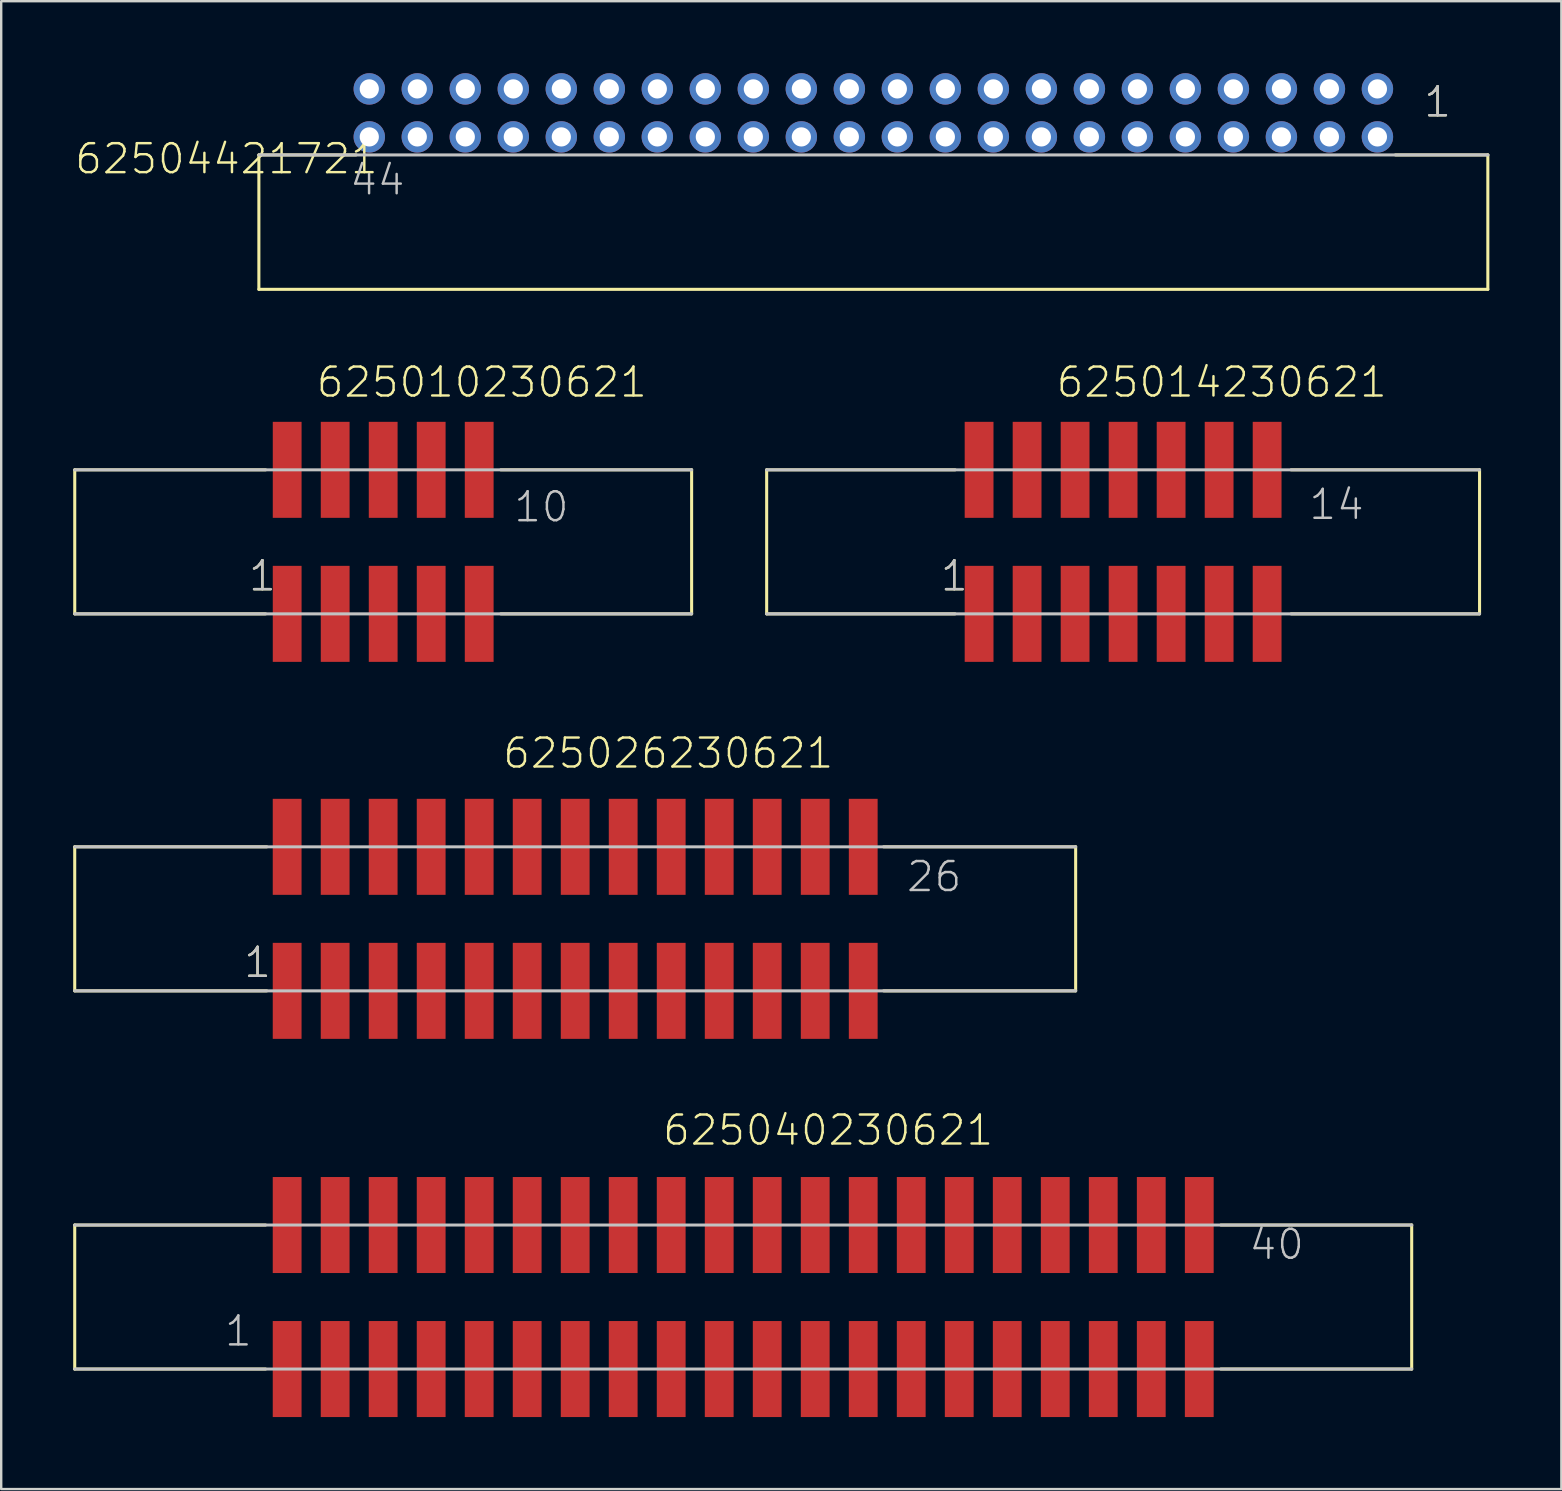
<source format=kicad_pcb>
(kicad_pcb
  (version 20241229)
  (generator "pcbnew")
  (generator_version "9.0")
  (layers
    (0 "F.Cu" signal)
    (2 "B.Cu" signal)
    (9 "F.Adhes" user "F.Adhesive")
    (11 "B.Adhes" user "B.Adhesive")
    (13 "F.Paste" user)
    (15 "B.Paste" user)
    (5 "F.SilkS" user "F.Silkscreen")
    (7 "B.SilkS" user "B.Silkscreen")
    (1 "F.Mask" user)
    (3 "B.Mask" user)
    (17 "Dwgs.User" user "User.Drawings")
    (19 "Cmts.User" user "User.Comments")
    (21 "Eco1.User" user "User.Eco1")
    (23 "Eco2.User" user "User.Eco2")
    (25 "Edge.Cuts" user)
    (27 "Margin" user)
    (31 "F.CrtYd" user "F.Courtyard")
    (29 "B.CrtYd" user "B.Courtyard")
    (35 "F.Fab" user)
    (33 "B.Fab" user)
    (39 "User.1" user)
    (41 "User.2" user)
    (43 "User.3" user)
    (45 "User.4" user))
  (footprint "62504421721"
    (layer "F.Cu")
    (at 33.335 1.654)
    (property "Reference" "62504421721" (at -33.335 2.62 0) (layer "F.SilkS") (effects (font (size 1.206 1.206) (thickness 0.102)) (justify left bottom)))
    (attr through_hole)
    (fp_line (start -25.6 1.75) (end -25.6 7.35) (stroke (width 0.127) (type solid)) (layer "F.SilkS"))
    (fp_line (start -25.6 7.35) (end 25.6 7.35) (stroke (width 0.127) (type solid)) (layer "F.SilkS"))
    (fp_line (start -21.55 1.75) (end -25.6 1.75) (stroke (width 0.127) (type solid)) (layer "F.SilkS"))
    (fp_line (start 21.75 1.75) (end 25.6 1.75) (stroke (width 0.127) (type solid)) (layer "F.SilkS"))
    (fp_line (start 25.6 7.35) (end 25.6 1.75) (stroke (width 0.127) (type solid)) (layer "F.SilkS"))
    (fp_line (start 25.6 1.75) (end -25.6 1.75) (stroke (width 0.127) (type solid)) (layer "Dwgs.User"))
    (fp_text user "1" (at 22.865 0.25 0) (layer "F.SilkS") (effects (font (size 1.206 1.206) (thickness 0.102)) (justify left bottom)))
    (fp_text user "1" (at 22.865 0.25 0) (layer "Dwgs.User") (effects (font (size 1.206 1.206) (thickness 0.102)) (justify left bottom)))
    (fp_text user "44" (at -21.88 3.5 0) (layer "Dwgs.User") (effects (font (size 1.206 1.206) (thickness 0.102)) (justify left bottom)))
    (pad "1" thru_hole circle (at 21 -1 180) (size 1.308 1.308) (drill 0.8) (layers "*.Cu" "*.Mask"))
    (pad "2" thru_hole circle (at 21 1 180) (size 1.308 1.308) (drill 0.8) (layers "*.Cu" "*.Mask"))
    (pad "3" thru_hole circle (at 19 -1 180) (size 1.308 1.308) (drill 0.8) (layers "*.Cu" "*.Mask"))
    (pad "4" thru_hole circle (at 19 1 180) (size 1.308 1.308) (drill 0.8) (layers "*.Cu" "*.Mask"))
    (pad "5" thru_hole circle (at 17 -1 180) (size 1.308 1.308) (drill 0.8) (layers "*.Cu" "*.Mask"))
    (pad "6" thru_hole circle (at 17 1 180) (size 1.308 1.308) (drill 0.8) (layers "*.Cu" "*.Mask"))
    (pad "7" thru_hole circle (at 15 -1 180) (size 1.308 1.308) (drill 0.8) (layers "*.Cu" "*.Mask"))
    (pad "8" thru_hole circle (at 15 1 180) (size 1.308 1.308) (drill 0.8) (layers "*.Cu" "*.Mask"))
    (pad "9" thru_hole circle (at 13 -1 180) (size 1.308 1.308) (drill 0.8) (layers "*.Cu" "*.Mask"))
    (pad "10" thru_hole circle (at 13 1 180) (size 1.308 1.308) (drill 0.8) (layers "*.Cu" "*.Mask"))
    (pad "11" thru_hole circle (at 11 -1 180) (size 1.308 1.308) (drill 0.8) (layers "*.Cu" "*.Mask"))
    (pad "12" thru_hole circle (at 11 1 180) (size 1.308 1.308) (drill 0.8) (layers "*.Cu" "*.Mask"))
    (pad "13" thru_hole circle (at 9 -1 180) (size 1.308 1.308) (drill 0.8) (layers "*.Cu" "*.Mask"))
    (pad "14" thru_hole circle (at 9 1 180) (size 1.308 1.308) (drill 0.8) (layers "*.Cu" "*.Mask"))
    (pad "15" thru_hole circle (at 7 -1 180) (size 1.308 1.308) (drill 0.8) (layers "*.Cu" "*.Mask"))
    (pad "16" thru_hole circle (at 7 1 180) (size 1.308 1.308) (drill 0.8) (layers "*.Cu" "*.Mask"))
    (pad "17" thru_hole circle (at 5 -1 180) (size 1.308 1.308) (drill 0.8) (layers "*.Cu" "*.Mask"))
    (pad "18" thru_hole circle (at 5 1 180) (size 1.308 1.308) (drill 0.8) (layers "*.Cu" "*.Mask"))
    (pad "19" thru_hole circle (at 3 -1 180) (size 1.308 1.308) (drill 0.8) (layers "*.Cu" "*.Mask"))
    (pad "20" thru_hole circle (at 3 1 180) (size 1.308 1.308) (drill 0.8) (layers "*.Cu" "*.Mask"))
    (pad "21" thru_hole circle (at 1 -1 180) (size 1.308 1.308) (drill 0.8) (layers "*.Cu" "*.Mask"))
    (pad "22" thru_hole circle (at 1 1 180) (size 1.308 1.308) (drill 0.8) (layers "*.Cu" "*.Mask"))
    (pad "23" thru_hole circle (at -1 -1 180) (size 1.308 1.308) (drill 0.8) (layers "*.Cu" "*.Mask"))
    (pad "24" thru_hole circle (at -1 1 180) (size 1.308 1.308) (drill 0.8) (layers "*.Cu" "*.Mask"))
    (pad "25" thru_hole circle (at -3 -1 180) (size 1.308 1.308) (drill 0.8) (layers "*.Cu" "*.Mask"))
    (pad "26" thru_hole circle (at -3 1 180) (size 1.308 1.308) (drill 0.8) (layers "*.Cu" "*.Mask"))
    (pad "27" thru_hole circle (at -5 -1 180) (size 1.308 1.308) (drill 0.8) (layers "*.Cu" "*.Mask"))
    (pad "28" thru_hole circle (at -5 1 180) (size 1.308 1.308) (drill 0.8) (layers "*.Cu" "*.Mask"))
    (pad "29" thru_hole circle (at -7 -1 180) (size 1.308 1.308) (drill 0.8) (layers "*.Cu" "*.Mask"))
    (pad "30" thru_hole circle (at -7 1 180) (size 1.308 1.308) (drill 0.8) (layers "*.Cu" "*.Mask"))
    (pad "31" thru_hole circle (at -9 -1 180) (size 1.308 1.308) (drill 0.8) (layers "*.Cu" "*.Mask"))
    (pad "32" thru_hole circle (at -9 1 180) (size 1.308 1.308) (drill 0.8) (layers "*.Cu" "*.Mask"))
    (pad "33" thru_hole circle (at -11 -1 180) (size 1.308 1.308) (drill 0.8) (layers "*.Cu" "*.Mask"))
    (pad "34" thru_hole circle (at -11 1 180) (size 1.308 1.308) (drill 0.8) (layers "*.Cu" "*.Mask"))
    (pad "35" thru_hole circle (at -13 -1 180) (size 1.308 1.308) (drill 0.8) (layers "*.Cu" "*.Mask"))
    (pad "36" thru_hole circle (at -13 1 180) (size 1.308 1.308) (drill 0.8) (layers "*.Cu" "*.Mask"))
    (pad "37" thru_hole circle (at -15 -1 180) (size 1.308 1.308) (drill 0.8) (layers "*.Cu" "*.Mask"))
    (pad "38" thru_hole circle (at -15 1 180) (size 1.308 1.308) (drill 0.8) (layers "*.Cu" "*.Mask"))
    (pad "39" thru_hole circle (at -17 -1 180) (size 1.308 1.308) (drill 0.8) (layers "*.Cu" "*.Mask"))
    (pad "40" thru_hole circle (at -17 1 180) (size 1.308 1.308) (drill 0.8) (layers "*.Cu" "*.Mask"))
    (pad "41" thru_hole circle (at -19 -1 180) (size 1.308 1.308) (drill 0.8) (layers "*.Cu" "*.Mask"))
    (pad "42" thru_hole circle (at -19 1 180) (size 1.308 1.308) (drill 0.8) (layers "*.Cu" "*.Mask"))
    (pad "43" thru_hole circle (at -21 -1 180) (size 1.308 1.308) (drill 0.8) (layers "*.Cu" "*.Mask"))
    (pad "44" thru_hole circle (at -21 1 180) (size 1.308 1.308) (drill 0.8) (layers "*.Cu" "*.Mask")))
  (footprint "625040230621"
    (layer "F.Cu")
    (at 27.913 50.986)
    (property "Reference" "625040230621" (at -3.42 -6.245 0) (layer "F.SilkS") (effects (font (size 1.206 1.206) (thickness 0.102)) (justify left bottom)))
    (attr through_hole)
    (fp_line (start -27.85 -3) (end -27.85 3) (stroke (width 0.127) (type solid)) (layer "F.SilkS"))
    (fp_line (start -19.9 -3) (end -27.85 -3) (stroke (width 0.127) (type solid)) (layer "F.SilkS"))
    (fp_line (start -19.9 3) (end -27.85 3) (stroke (width 0.127) (type solid)) (layer "F.SilkS"))
    (fp_line (start 19.9 -3) (end 27.85 -3) (stroke (width 0.127) (type solid)) (layer "F.SilkS"))
    (fp_line (start 19.9 3) (end 27.85 3) (stroke (width 0.127) (type solid)) (layer "F.SilkS"))
    (fp_line (start 27.85 3) (end 27.85 -3) (stroke (width 0.127) (type solid)) (layer "F.SilkS"))
    (fp_line (start -27.85 3) (end 27.85 3) (stroke (width 0.127) (type solid)) (layer "Dwgs.User"))
    (fp_line (start 27.85 -3) (end -27.85 -3) (stroke (width 0.127) (type solid)) (layer "Dwgs.User"))
    (fp_text user "40" (at 21.01 -1.485 0) (layer "Dwgs.User") (effects (font (size 1.206 1.206) (thickness 0.102)) (justify left bottom)))
    (fp_text user "1" (at -21.675 2.125 0) (layer "Dwgs.User") (effects (font (size 1.206 1.206) (thickness 0.102)) (justify left bottom)))
    (pad "1" smd rect (at -19 3 180) (size 1.2 4) (layers "F.Cu" "F.Mask" "F.Paste"))
    (pad "2" smd rect (at -19 -3 180) (size 1.2 4) (layers "F.Cu" "F.Mask" "F.Paste"))
    (pad "3" smd rect (at -17 3 180) (size 1.2 4) (layers "F.Cu" "F.Mask" "F.Paste"))
    (pad "4" smd rect (at -17 -3 180) (size 1.2 4) (layers "F.Cu" "F.Mask" "F.Paste"))
    (pad "5" smd rect (at -15 3 180) (size 1.2 4) (layers "F.Cu" "F.Mask" "F.Paste"))
    (pad "6" smd rect (at -15 -3 180) (size 1.2 4) (layers "F.Cu" "F.Mask" "F.Paste"))
    (pad "7" smd rect (at -13 3 180) (size 1.2 4) (layers "F.Cu" "F.Mask" "F.Paste"))
    (pad "8" smd rect (at -13 -3 180) (size 1.2 4) (layers "F.Cu" "F.Mask" "F.Paste"))
    (pad "9" smd rect (at -11 3 180) (size 1.2 4) (layers "F.Cu" "F.Mask" "F.Paste"))
    (pad "10" smd rect (at -11 -3 180) (size 1.2 4) (layers "F.Cu" "F.Mask" "F.Paste"))
    (pad "11" smd rect (at -9 3 180) (size 1.2 4) (layers "F.Cu" "F.Mask" "F.Paste"))
    (pad "12" smd rect (at -9 -3 180) (size 1.2 4) (layers "F.Cu" "F.Mask" "F.Paste"))
    (pad "13" smd rect (at -7 3 180) (size 1.2 4) (layers "F.Cu" "F.Mask" "F.Paste"))
    (pad "14" smd rect (at -7 -3 180) (size 1.2 4) (layers "F.Cu" "F.Mask" "F.Paste"))
    (pad "15" smd rect (at -5 3 180) (size 1.2 4) (layers "F.Cu" "F.Mask" "F.Paste"))
    (pad "16" smd rect (at -5 -3 180) (size 1.2 4) (layers "F.Cu" "F.Mask" "F.Paste"))
    (pad "17" smd rect (at -3 3 180) (size 1.2 4) (layers "F.Cu" "F.Mask" "F.Paste"))
    (pad "18" smd rect (at -3 -3 180) (size 1.2 4) (layers "F.Cu" "F.Mask" "F.Paste"))
    (pad "19" smd rect (at -1 3 180) (size 1.2 4) (layers "F.Cu" "F.Mask" "F.Paste"))
    (pad "20" smd rect (at -1 -3 180) (size 1.2 4) (layers "F.Cu" "F.Mask" "F.Paste"))
    (pad "21" smd rect (at 1 3 180) (size 1.2 4) (layers "F.Cu" "F.Mask" "F.Paste"))
    (pad "22" smd rect (at 1 -3 180) (size 1.2 4) (layers "F.Cu" "F.Mask" "F.Paste"))
    (pad "23" smd rect (at 3 3 180) (size 1.2 4) (layers "F.Cu" "F.Mask" "F.Paste"))
    (pad "24" smd rect (at 3 -3 180) (size 1.2 4) (layers "F.Cu" "F.Mask" "F.Paste"))
    (pad "25" smd rect (at 5 3 180) (size 1.2 4) (layers "F.Cu" "F.Mask" "F.Paste"))
    (pad "26" smd rect (at 5 -3 180) (size 1.2 4) (layers "F.Cu" "F.Mask" "F.Paste"))
    (pad "27" smd rect (at 7 3 180) (size 1.2 4) (layers "F.Cu" "F.Mask" "F.Paste"))
    (pad "28" smd rect (at 7 -3 180) (size 1.2 4) (layers "F.Cu" "F.Mask" "F.Paste"))
    (pad "29" smd rect (at 9 3 180) (size 1.2 4) (layers "F.Cu" "F.Mask" "F.Paste"))
    (pad "30" smd rect (at 9 -3 180) (size 1.2 4) (layers "F.Cu" "F.Mask" "F.Paste"))
    (pad "31" smd rect (at 11 3 180) (size 1.2 4) (layers "F.Cu" "F.Mask" "F.Paste"))
    (pad "32" smd rect (at 11 -3 180) (size 1.2 4) (layers "F.Cu" "F.Mask" "F.Paste"))
    (pad "33" smd rect (at 13 3 180) (size 1.2 4) (layers "F.Cu" "F.Mask" "F.Paste"))
    (pad "34" smd rect (at 13 -3 180) (size 1.2 4) (layers "F.Cu" "F.Mask" "F.Paste"))
    (pad "35" smd rect (at 15 3 180) (size 1.2 4) (layers "F.Cu" "F.Mask" "F.Paste"))
    (pad "36" smd rect (at 15 -3 180) (size 1.2 4) (layers "F.Cu" "F.Mask" "F.Paste"))
    (pad "37" smd rect (at 17 3 180) (size 1.2 4) (layers "F.Cu" "F.Mask" "F.Paste"))
    (pad "38" smd rect (at 17 -3 180) (size 1.2 4) (layers "F.Cu" "F.Mask" "F.Paste"))
    (pad "39" smd rect (at 19 3 180) (size 1.2 4) (layers "F.Cu" "F.Mask" "F.Paste"))
    (pad "40" smd rect (at 19 -3 180) (size 1.2 4) (layers "F.Cu" "F.Mask" "F.Paste")))
  (footprint "625026230621"
    (layer "F.Cu")
    (at 20.913 35.23)
    (property "Reference" "625026230621" (at -3.08 -6.195 0) (layer "F.SilkS") (effects (font (size 1.206 1.206) (thickness 0.102)) (justify left bottom)))
    (attr through_hole)
    (fp_line (start -20.85 -3) (end -20.85 3) (stroke (width 0.127) (type solid)) (layer "F.SilkS"))
    (fp_line (start -12.85 -3) (end -20.85 -3) (stroke (width 0.127) (type solid)) (layer "F.SilkS"))
    (fp_line (start -12.85 3) (end -20.85 3) (stroke (width 0.127) (type solid)) (layer "F.SilkS"))
    (fp_line (start 12.85 -3) (end 20.85 -3) (stroke (width 0.127) (type solid)) (layer "F.SilkS"))
    (fp_line (start 12.85 3) (end 20.85 3) (stroke (width 0.127) (type solid)) (layer "F.SilkS"))
    (fp_line (start 20.85 3) (end 20.85 -3) (stroke (width 0.127) (type solid)) (layer "F.SilkS"))
    (fp_line (start -20.85 3) (end 20.85 3) (stroke (width 0.127) (type solid)) (layer "Dwgs.User"))
    (fp_line (start 20.85 -3) (end -20.85 -3) (stroke (width 0.127) (type solid)) (layer "Dwgs.User"))
    (fp_text user "1" (at -13.875 2.525 0) (layer "F.SilkS") (effects (font (size 1.206 1.206) (thickness 0.102)) (justify left bottom)))
    (fp_text user "1" (at -13.875 2.525 0) (layer "Dwgs.User") (effects (font (size 1.206 1.206) (thickness 0.102)) (justify left bottom)))
    (fp_text user "26" (at 13.74 -1.05 0) (layer "Dwgs.User") (effects (font (size 1.206 1.206) (thickness 0.102)) (justify left bottom)))
    (pad "1" smd rect (at -12 3 180) (size 1.2 4) (layers "F.Cu" "F.Mask" "F.Paste"))
    (pad "2" smd rect (at -12 -3 180) (size 1.2 4) (layers "F.Cu" "F.Mask" "F.Paste"))
    (pad "3" smd rect (at -10 3 180) (size 1.2 4) (layers "F.Cu" "F.Mask" "F.Paste"))
    (pad "4" smd rect (at -10 -3 180) (size 1.2 4) (layers "F.Cu" "F.Mask" "F.Paste"))
    (pad "5" smd rect (at -8 3 180) (size 1.2 4) (layers "F.Cu" "F.Mask" "F.Paste"))
    (pad "6" smd rect (at -8 -3 180) (size 1.2 4) (layers "F.Cu" "F.Mask" "F.Paste"))
    (pad "7" smd rect (at -6 3 180) (size 1.2 4) (layers "F.Cu" "F.Mask" "F.Paste"))
    (pad "8" smd rect (at -6 -3 180) (size 1.2 4) (layers "F.Cu" "F.Mask" "F.Paste"))
    (pad "9" smd rect (at -4 3 180) (size 1.2 4) (layers "F.Cu" "F.Mask" "F.Paste"))
    (pad "10" smd rect (at -4 -3 180) (size 1.2 4) (layers "F.Cu" "F.Mask" "F.Paste"))
    (pad "11" smd rect (at -2 3 180) (size 1.2 4) (layers "F.Cu" "F.Mask" "F.Paste"))
    (pad "12" smd rect (at -2 -3 180) (size 1.2 4) (layers "F.Cu" "F.Mask" "F.Paste"))
    (pad "13" smd rect (at 0 3 180) (size 1.2 4) (layers "F.Cu" "F.Mask" "F.Paste"))
    (pad "14" smd rect (at 0 -3 180) (size 1.2 4) (layers "F.Cu" "F.Mask" "F.Paste"))
    (pad "15" smd rect (at 2 3 180) (size 1.2 4) (layers "F.Cu" "F.Mask" "F.Paste"))
    (pad "16" smd rect (at 2 -3 180) (size 1.2 4) (layers "F.Cu" "F.Mask" "F.Paste"))
    (pad "17" smd rect (at 4 3 180) (size 1.2 4) (layers "F.Cu" "F.Mask" "F.Paste"))
    (pad "18" smd rect (at 4 -3 180) (size 1.2 4) (layers "F.Cu" "F.Mask" "F.Paste"))
    (pad "19" smd rect (at 6 3 180) (size 1.2 4) (layers "F.Cu" "F.Mask" "F.Paste"))
    (pad "20" smd rect (at 6 -3 180) (size 1.2 4) (layers "F.Cu" "F.Mask" "F.Paste"))
    (pad "21" smd rect (at 8 3 180) (size 1.2 4) (layers "F.Cu" "F.Mask" "F.Paste"))
    (pad "22" smd rect (at 8 -3 180) (size 1.2 4) (layers "F.Cu" "F.Mask" "F.Paste"))
    (pad "23" smd rect (at 10 3 180) (size 1.2 4) (layers "F.Cu" "F.Mask" "F.Paste"))
    (pad "24" smd rect (at 10 -3 180) (size 1.2 4) (layers "F.Cu" "F.Mask" "F.Paste"))
    (pad "25" smd rect (at 12 3 180) (size 1.2 4) (layers "F.Cu" "F.Mask" "F.Paste"))
    (pad "26" smd rect (at 12 -3 180) (size 1.2 4) (layers "F.Cu" "F.Mask" "F.Paste")))
  (footprint "625014230621"
    (layer "F.Cu")
    (at 43.74 19.524)
    (property "Reference" "625014230621" (at -2.85 -5.945 0) (layer "F.SilkS") (effects (font (size 1.206 1.206) (thickness 0.102)) (justify left bottom)))
    (attr through_hole)
    (fp_line (start -14.85 -3) (end -14.85 3) (stroke (width 0.127) (type solid)) (layer "F.SilkS"))
    (fp_line (start -7 -3) (end -14.85 -3) (stroke (width 0.127) (type solid)) (layer "F.SilkS"))
    (fp_line (start -7 3) (end -14.85 3) (stroke (width 0.127) (type solid)) (layer "F.SilkS"))
    (fp_line (start 7 -3) (end 14.85 -3) (stroke (width 0.127) (type solid)) (layer "F.SilkS"))
    (fp_line (start 7 3) (end 14.85 3) (stroke (width 0.127) (type solid)) (layer "F.SilkS"))
    (fp_line (start 14.85 3) (end 14.85 -3) (stroke (width 0.127) (type solid)) (layer "F.SilkS"))
    (fp_line (start -14.85 3) (end 14.85 3) (stroke (width 0.127) (type solid)) (layer "Dwgs.User"))
    (fp_line (start 14.85 -3) (end -14.85 -3) (stroke (width 0.127) (type solid)) (layer "Dwgs.User"))
    (fp_text user "1" (at -7.675 2.125 0) (layer "F.SilkS") (effects (font (size 1.206 1.206) (thickness 0.102)) (justify left bottom)))
    (fp_text user "14" (at 7.675 -0.85 0) (layer "Dwgs.User") (effects (font (size 1.206 1.206) (thickness 0.102)) (justify left bottom)))
    (fp_text user "1" (at -7.675 2.125 0) (layer "Dwgs.User") (effects (font (size 1.206 1.206) (thickness 0.102)) (justify left bottom)))
    (pad "1" smd rect (at -6 3 180) (size 1.2 4) (layers "F.Cu" "F.Mask" "F.Paste"))
    (pad "2" smd rect (at -6 -3 180) (size 1.2 4) (layers "F.Cu" "F.Mask" "F.Paste"))
    (pad "3" smd rect (at -4 3 180) (size 1.2 4) (layers "F.Cu" "F.Mask" "F.Paste"))
    (pad "4" smd rect (at -4 -3 180) (size 1.2 4) (layers "F.Cu" "F.Mask" "F.Paste"))
    (pad "5" smd rect (at -2 3 180) (size 1.2 4) (layers "F.Cu" "F.Mask" "F.Paste"))
    (pad "6" smd rect (at -2 -3 180) (size 1.2 4) (layers "F.Cu" "F.Mask" "F.Paste"))
    (pad "7" smd rect (at 0 3 180) (size 1.2 4) (layers "F.Cu" "F.Mask" "F.Paste"))
    (pad "8" smd rect (at 0 -3 180) (size 1.2 4) (layers "F.Cu" "F.Mask" "F.Paste"))
    (pad "9" smd rect (at 2 3 180) (size 1.2 4) (layers "F.Cu" "F.Mask" "F.Paste"))
    (pad "10" smd rect (at 2 -3 180) (size 1.2 4) (layers "F.Cu" "F.Mask" "F.Paste"))
    (pad "11" smd rect (at 4 3 180) (size 1.2 4) (layers "F.Cu" "F.Mask" "F.Paste"))
    (pad "12" smd rect (at 4 -3 180) (size 1.2 4) (layers "F.Cu" "F.Mask" "F.Paste"))
    (pad "13" smd rect (at 6 3 180) (size 1.2 4) (layers "F.Cu" "F.Mask" "F.Paste"))
    (pad "14" smd rect (at 6 -3 180) (size 1.2 4) (layers "F.Cu" "F.Mask" "F.Paste")))
  (footprint "625010230621"
    (layer "F.Cu")
    (at 12.914 19.524)
    (property "Reference" "625010230621" (at -2.85 -5.945 0) (layer "F.SilkS") (effects (font (size 1.206 1.206) (thickness 0.102)) (justify left bottom)))
    (attr through_hole)
    (fp_line (start -12.85 -3) (end -12.85 3) (stroke (width 0.127) (type solid)) (layer "F.SilkS"))
    (fp_line (start -4.9 -3) (end -12.85 -3) (stroke (width 0.127) (type solid)) (layer "F.SilkS"))
    (fp_line (start -4.9 3) (end -12.85 3) (stroke (width 0.127) (type solid)) (layer "F.SilkS"))
    (fp_line (start 4.9 -3) (end 12.85 -3) (stroke (width 0.127) (type solid)) (layer "F.SilkS"))
    (fp_line (start 4.9 3) (end 12.85 3) (stroke (width 0.127) (type solid)) (layer "F.SilkS"))
    (fp_line (start 12.85 3) (end 12.85 -3) (stroke (width 0.127) (type solid)) (layer "F.SilkS"))
    (fp_line (start -12.85 3) (end 12.85 3) (stroke (width 0.127) (type solid)) (layer "Dwgs.User"))
    (fp_line (start 12.85 -3) (end -12.85 -3) (stroke (width 0.127) (type solid)) (layer "Dwgs.User"))
    (fp_text user "1" (at -5.675 2.125 0) (layer "F.SilkS") (effects (font (size 1.206 1.206) (thickness 0.102)) (justify left bottom)))
    (fp_text user "1" (at -5.675 2.125 0) (layer "Dwgs.User") (effects (font (size 1.206 1.206) (thickness 0.102)) (justify left bottom)))
    (fp_text user "10" (at 5.375 -0.75 0) (layer "Dwgs.User") (effects (font (size 1.206 1.206) (thickness 0.102)) (justify left bottom)))
    (pad "1" smd rect (at -4 3 180) (size 1.2 4) (layers "F.Cu" "F.Mask" "F.Paste"))
    (pad "2" smd rect (at -4 -3 180) (size 1.2 4) (layers "F.Cu" "F.Mask" "F.Paste"))
    (pad "3" smd rect (at -2 3 180) (size 1.2 4) (layers "F.Cu" "F.Mask" "F.Paste"))
    (pad "4" smd rect (at -2 -3 180) (size 1.2 4) (layers "F.Cu" "F.Mask" "F.Paste"))
    (pad "5" smd rect (at 0 3 180) (size 1.2 4) (layers "F.Cu" "F.Mask" "F.Paste"))
    (pad "6" smd rect (at 0 -3 180) (size 1.2 4) (layers "F.Cu" "F.Mask" "F.Paste"))
    (pad "7" smd rect (at 2 3 180) (size 1.2 4) (layers "F.Cu" "F.Mask" "F.Paste"))
    (pad "8" smd rect (at 2 -3 180) (size 1.2 4) (layers "F.Cu" "F.Mask" "F.Paste"))
    (pad "9" smd rect (at 4 3 180) (size 1.2 4) (layers "F.Cu" "F.Mask" "F.Paste"))
    (pad "10" smd rect (at 4 -3 180) (size 1.2 4) (layers "F.Cu" "F.Mask" "F.Paste")))
  (gr_rect
    (start -3 -3)
    (end 61.998 58.986)
    (stroke (width 0.1) (type default))
    (fill no)
    (layer "Edge.Cuts")))
</source>
